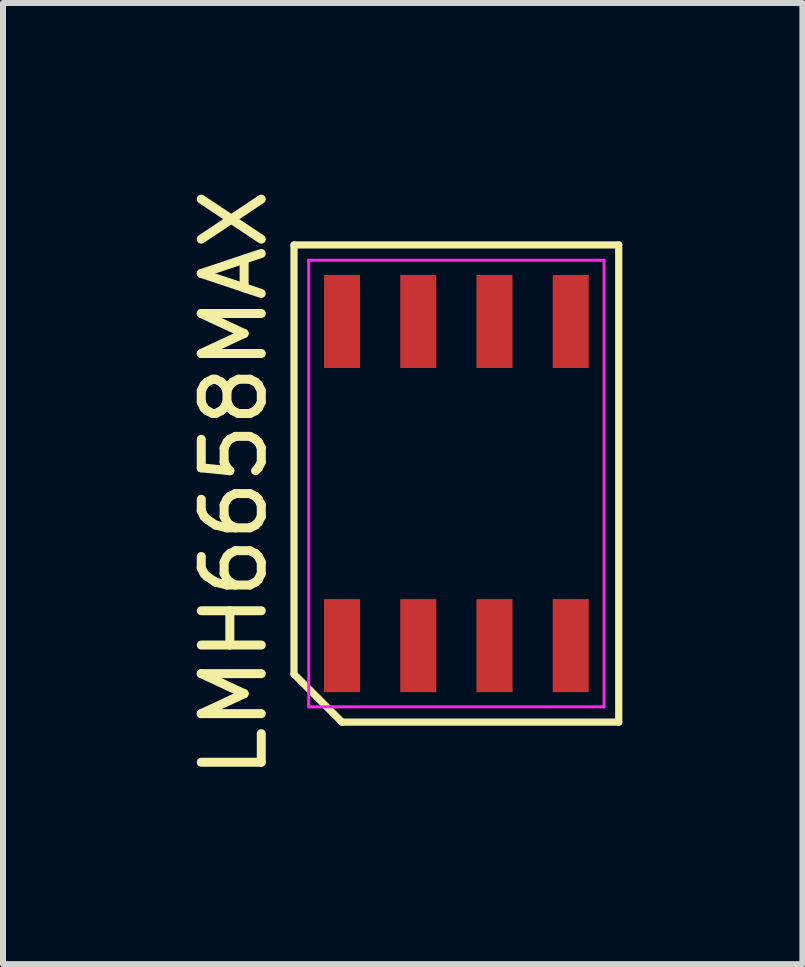
<source format=kicad_pcb>
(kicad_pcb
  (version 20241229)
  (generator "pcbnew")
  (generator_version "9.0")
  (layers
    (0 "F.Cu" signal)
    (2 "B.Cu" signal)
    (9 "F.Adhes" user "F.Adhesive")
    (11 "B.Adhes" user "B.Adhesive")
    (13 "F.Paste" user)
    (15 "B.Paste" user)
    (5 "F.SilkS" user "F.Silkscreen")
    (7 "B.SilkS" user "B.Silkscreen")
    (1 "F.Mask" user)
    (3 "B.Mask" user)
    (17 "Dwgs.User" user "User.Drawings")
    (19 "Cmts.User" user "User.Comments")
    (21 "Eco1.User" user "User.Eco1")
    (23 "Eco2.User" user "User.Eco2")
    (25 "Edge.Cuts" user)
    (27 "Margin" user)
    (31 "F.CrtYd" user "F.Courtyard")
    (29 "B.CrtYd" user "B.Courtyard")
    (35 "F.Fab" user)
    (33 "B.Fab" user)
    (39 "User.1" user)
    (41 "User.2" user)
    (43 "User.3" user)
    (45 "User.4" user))
  (footprint "LMH6658MAX"
    (layer "F.Cu")
    (at 4.553 5.006)
    (property "Reference" "LMH6658MAX" (at -3.705 0 90) (layer "F.SilkS") (effects (font (size 1 1) (thickness 0.15))))
    (attr smd)
    (fp_line (start -2.705 -3.975) (end 2.705 -3.975) (stroke (width 0.12) (type solid)) (layer "F.SilkS"))
    (fp_line (start -2.705 3.175) (end -2.705 -3.975) (stroke (width 0.12) (type solid)) (layer "F.SilkS"))
    (fp_line (start -1.905 3.975) (end -2.705 3.175) (stroke (width 0.12) (type solid)) (layer "F.SilkS"))
    (fp_line (start 2.705 -3.975) (end 2.705 3.975) (stroke (width 0.12) (type solid)) (layer "F.SilkS"))
    (fp_line (start 2.705 3.975) (end -1.905 3.975) (stroke (width 0.12) (type solid)) (layer "F.SilkS"))
    (fp_line (start -2.46 -3.72) (end 2.46 -3.72) (stroke (width 0.05) (type solid)) (layer "F.CrtYd"))
    (fp_line (start -2.46 3.72) (end -2.46 -3.72) (stroke (width 0.05) (type solid)) (layer "F.CrtYd"))
    (fp_line (start 2.46 -3.72) (end 2.46 3.72) (stroke (width 0.05) (type solid)) (layer "F.CrtYd"))
    (fp_line (start 2.46 3.72) (end -2.46 3.72) (stroke (width 0.05) (type solid)) (layer "F.CrtYd"))
    (pad "1" smd rect (at -1.905 2.7) (size 0.6 1.55) (layers "F.Cu" "F.Mask" "F.Paste"))
    (pad "2" smd rect (at -0.635 2.7) (size 0.6 1.55) (layers "F.Cu" "F.Mask" "F.Paste"))
    (pad "3" smd rect (at 0.635 2.7) (size 0.6 1.55) (layers "F.Cu" "F.Mask" "F.Paste"))
    (pad "4" smd rect (at 1.905 2.7) (size 0.6 1.55) (layers "F.Cu" "F.Mask" "F.Paste"))
    (pad "5" smd rect (at 1.905 -2.7) (size 0.6 1.55) (layers "F.Cu" "F.Mask" "F.Paste"))
    (pad "6" smd rect (at 0.635 -2.7) (size 0.6 1.55) (layers "F.Cu" "F.Mask" "F.Paste"))
    (pad "7" smd rect (at -0.635 -2.7) (size 0.6 1.55) (layers "F.Cu" "F.Mask" "F.Paste"))
    (pad "8" smd rect (at -1.905 -2.7) (size 0.6 1.55) (layers "F.Cu" "F.Mask" "F.Paste")))
  (gr_rect
    (start -3 -3)
    (end 10.318 13.012)
    (stroke (width 0.1) (type default))
    (fill no)
    (layer "Edge.Cuts")))
</source>
